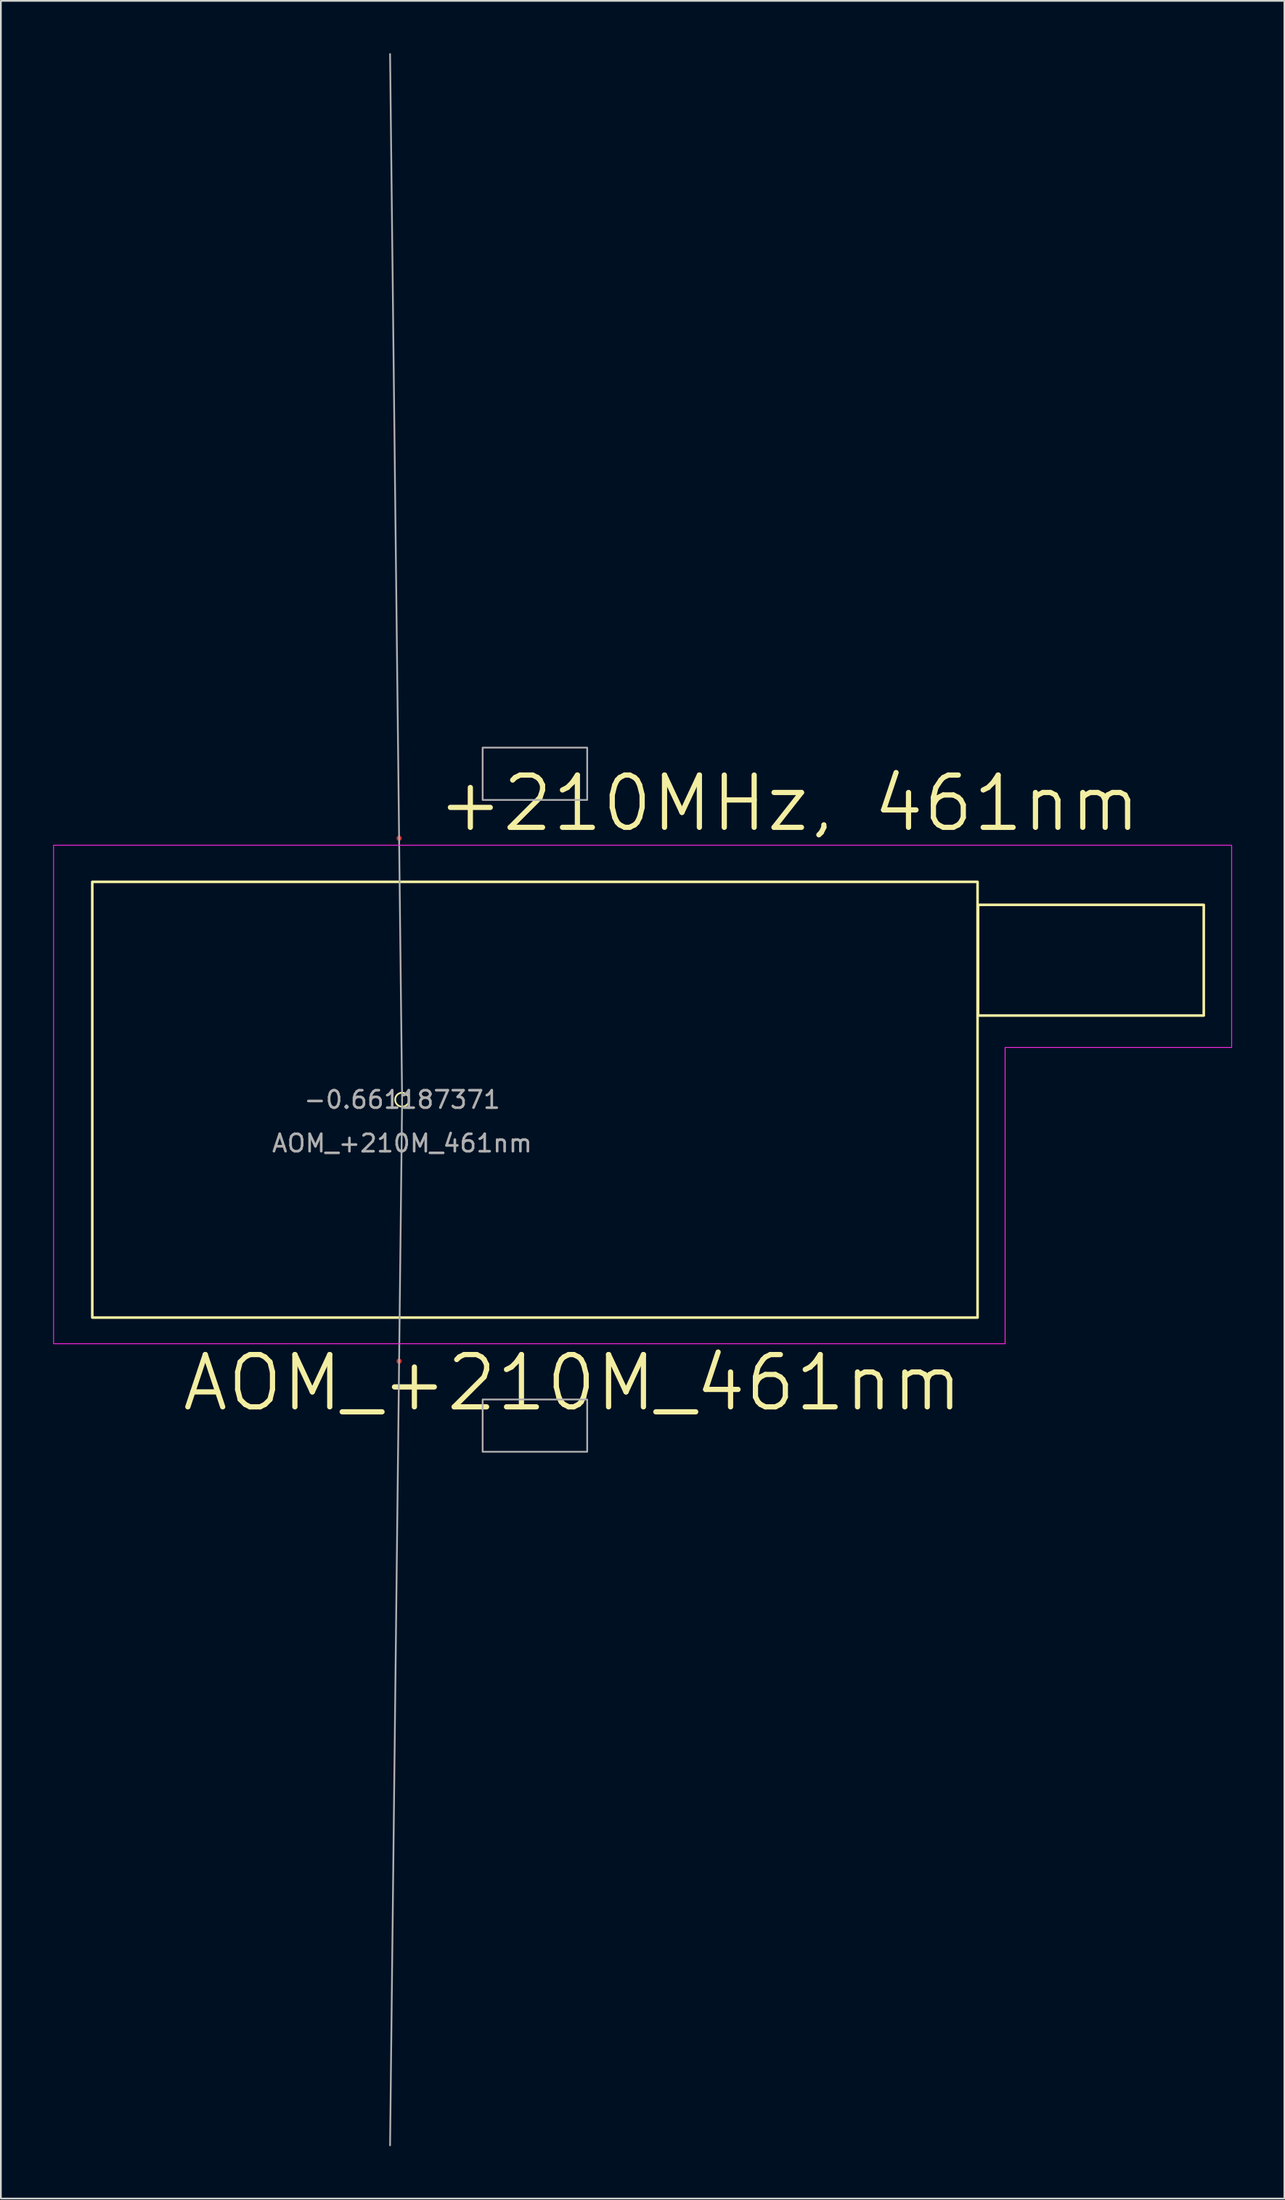
<source format=kicad_pcb>
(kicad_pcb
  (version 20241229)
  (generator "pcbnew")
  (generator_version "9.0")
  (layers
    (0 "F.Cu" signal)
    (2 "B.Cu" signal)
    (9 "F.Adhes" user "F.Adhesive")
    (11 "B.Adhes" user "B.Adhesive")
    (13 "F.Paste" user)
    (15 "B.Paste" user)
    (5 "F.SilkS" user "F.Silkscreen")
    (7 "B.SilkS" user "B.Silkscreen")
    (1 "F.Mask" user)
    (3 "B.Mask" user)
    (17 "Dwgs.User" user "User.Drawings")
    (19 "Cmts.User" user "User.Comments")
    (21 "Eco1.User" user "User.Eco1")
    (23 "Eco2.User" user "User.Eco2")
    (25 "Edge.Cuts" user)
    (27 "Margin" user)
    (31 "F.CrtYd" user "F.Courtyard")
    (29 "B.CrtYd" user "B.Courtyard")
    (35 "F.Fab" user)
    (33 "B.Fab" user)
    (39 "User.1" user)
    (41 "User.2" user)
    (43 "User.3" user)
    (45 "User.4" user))
  (footprint "AOM_+210M_461nm"
    (layer "F.Cu")
    (at 20.025 60.046)
    (property "Reference" "AOM_+210M_461nm" (at 9.775 16.25 0) (unlocked yes) (layer "F.SilkS") (effects (font (size 3 3) (thickness 0.3))))
    (property "Frequency" "+210MHz, 461nm" (at 22.2 -17 0) (layer "F.SilkS") (effects (font (size 3 3) (thickness 0.3))))
    (property "Angle" "-0.661187371" (at 0 0 0) (layer "F.Fab") (effects (font (size 1 1) (thickness 0.15))))
    (attr smd)
    (fp_circle (center 0 0) (end 0.4 0) (stroke (width 0.1) (type default)) (fill no) (layer "F.SilkS"))
    (fp_poly (pts (xy -17.78 -12.5) (xy 33.02 -12.5) (xy 33.02 12.5) (xy -17.78 12.5)) (stroke (width 0.15) (type default)) (fill no) (layer "F.SilkS"))
    (fp_poly (pts (xy 33.05 -11.18) (xy 46 -11.18) (xy 46 -4.83) (xy 33.05 -4.83)) (stroke (width 0.15) (type default)) (fill no) (layer "F.SilkS"))
    (fp_poly (pts (xy -20 -14.6) (xy -20 14) (xy 34.6 14) (xy 34.6 -3) (xy 47.6 -3) (xy 47.6 -14.6)) (stroke (width 0.05) (type solid)) (fill no) (layer "F.CrtYd"))
    (fp_line (start 0 0) (end -0.692 -59.996) (stroke (width 0.1) (type default)) (layer "F.Fab"))
    (fp_line (start 0 0) (end -0.692 59.996) (stroke (width 0.1) (type default)) (layer "F.Fab"))
    (fp_poly (pts (xy 4.62 -20.2) (xy 10.62 -20.2) (xy 10.62 -17.2) (xy 4.62 -17.2)) (stroke (width 0.1) (type solid)) (fill no) (layer "F.Fab"))
    (fp_poly (pts (xy 4.62 17.2) (xy 10.62 17.2) (xy 10.62 20.2) (xy 4.62 20.2)) (stroke (width 0.1) (type solid)) (fill no) (layer "F.Fab"))
    (fp_text user "${REFERENCE}" (at 0 2.5 0) (unlocked yes) (layer "F.Fab") (effects (font (size 1 1) (thickness 0.15))))
    (pad "1" smd circle (at -0.173 -15) (size 0.3 0.3) (layers "F.Cu" "F.Mask" "F.Paste"))
    (pad "2" smd circle (at -0.173 15) (size 0.3 0.3) (layers "F.Cu" "F.Mask" "F.Paste")))
  (gr_rect
    (start -3 -3)
    (end 70.65 123.092)
    (stroke (width 0.1) (type default))
    (fill no)
    (layer "Edge.Cuts")))
</source>
